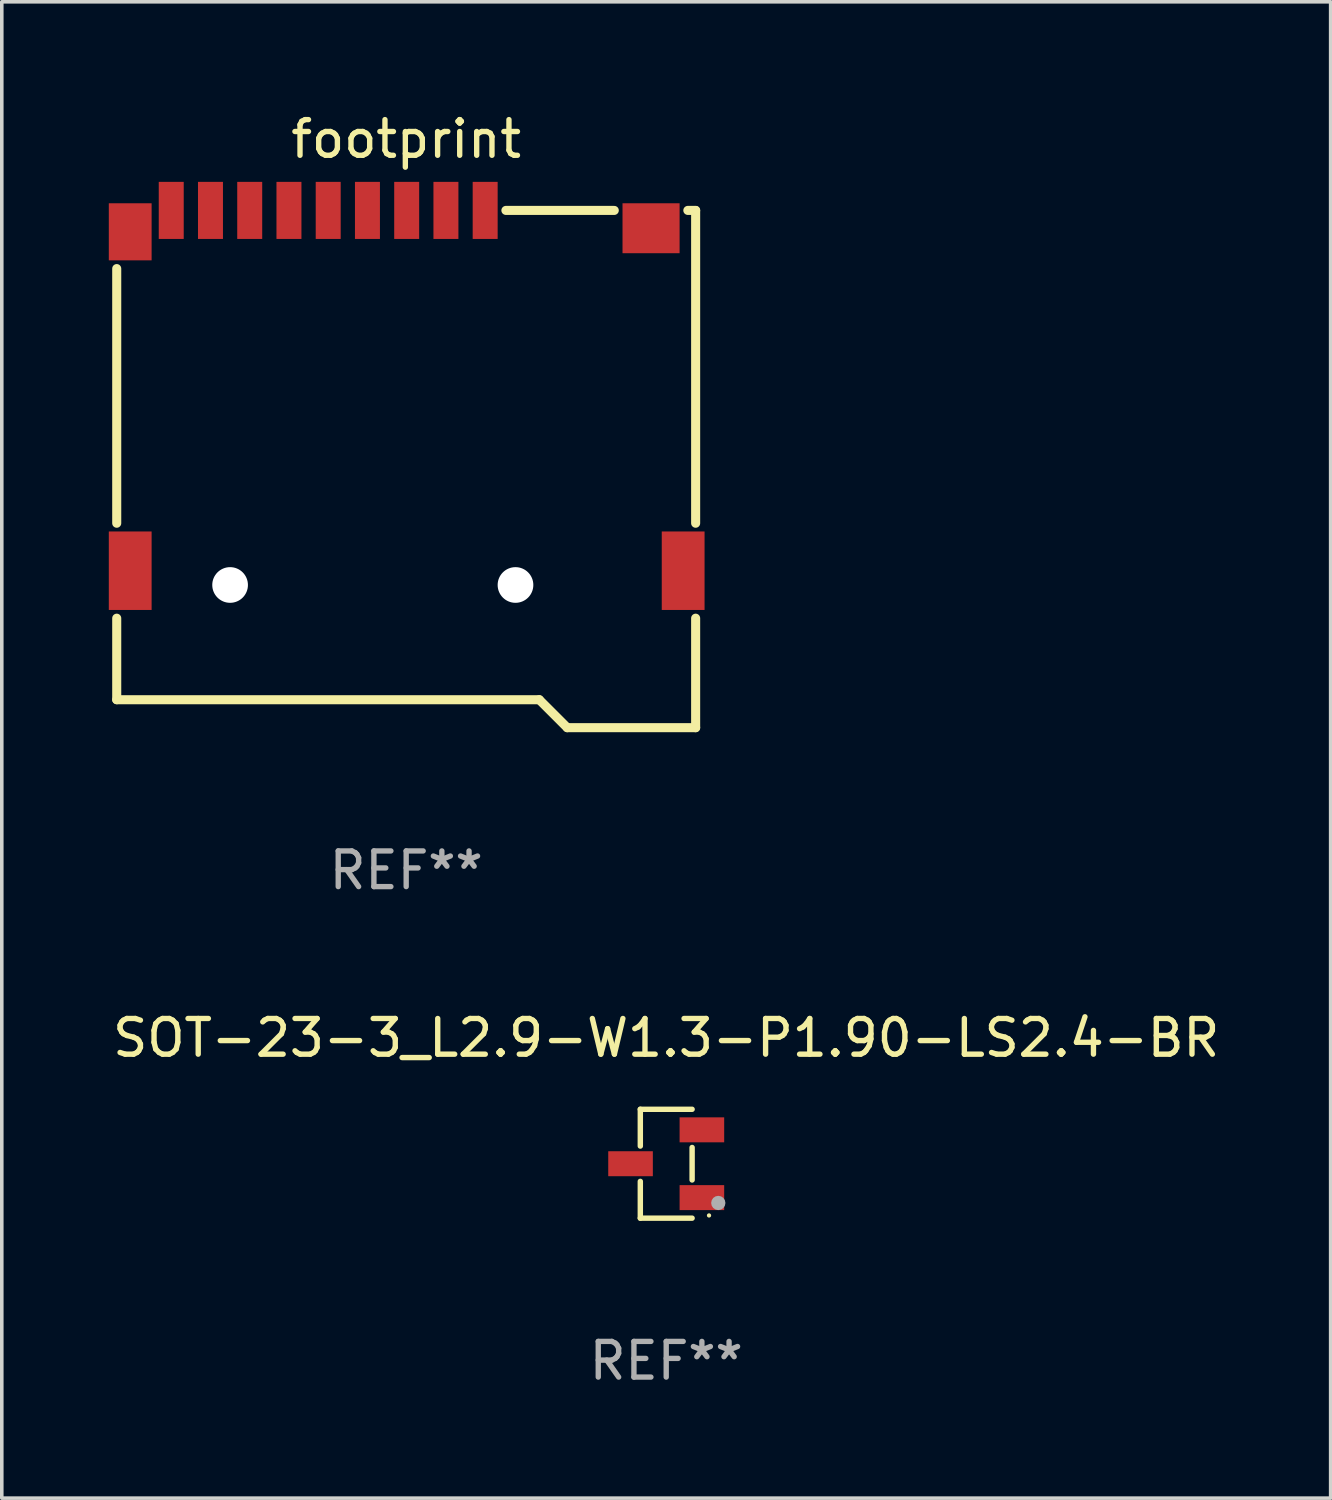
<source format=kicad_pcb>
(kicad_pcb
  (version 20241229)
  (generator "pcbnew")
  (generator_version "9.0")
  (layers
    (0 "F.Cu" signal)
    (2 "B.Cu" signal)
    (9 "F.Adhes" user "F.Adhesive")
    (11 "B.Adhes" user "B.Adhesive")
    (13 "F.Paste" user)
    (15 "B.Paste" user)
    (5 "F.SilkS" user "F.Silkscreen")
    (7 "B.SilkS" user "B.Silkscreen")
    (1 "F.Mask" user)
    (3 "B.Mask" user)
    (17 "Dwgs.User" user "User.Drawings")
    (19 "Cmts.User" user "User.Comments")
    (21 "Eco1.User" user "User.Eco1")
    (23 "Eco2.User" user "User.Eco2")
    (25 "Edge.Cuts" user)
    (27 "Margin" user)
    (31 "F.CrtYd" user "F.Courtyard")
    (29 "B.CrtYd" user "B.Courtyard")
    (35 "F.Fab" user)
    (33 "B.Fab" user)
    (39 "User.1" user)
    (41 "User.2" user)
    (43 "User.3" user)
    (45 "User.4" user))
  (footprint "SOT-23-3_L2.9-W1.3-P1.90-LS2.4-BR"
    (layer "F.Cu")
    (at 15.625 29.571)
    (property "Reference" "SOT-23-3_L2.9-W1.3-P1.90-LS2.4-BR" (at 0 -3.526 0) (layer "F.SilkS") (effects (font (size 1 1) (thickness 0.15))))
    (attr smd)
    (fp_line (start -0.726 -1.526) (end -0.726 -0.495) (stroke (width 0.152) (type solid)) (layer "F.SilkS"))
    (fp_line (start -0.726 1.526) (end -0.726 0.495) (stroke (width 0.152) (type solid)) (layer "F.SilkS"))
    (fp_line (start 0.726 -1.526) (end -0.726 -1.526) (stroke (width 0.152) (type solid)) (layer "F.SilkS"))
    (fp_line (start 0.726 -0.455) (end 0.726 0.455) (stroke (width 0.152) (type solid)) (layer "F.SilkS"))
    (fp_line (start 0.726 1.526) (end -0.726 1.526) (stroke (width 0.152) (type solid)) (layer "F.SilkS"))
    (fp_circle (center 1.2 1.45) (end 1.23 1.45) (stroke (width 0.06) (type solid)) (fill no) (layer "F.SilkS"))
    (fp_circle (center 1.46 1.1) (end 1.56 1.1) (stroke (width 0.2) (type solid)) (fill no) (layer "F.Fab"))
    (fp_text user "REF**" (at 0 5.526 0) (layer "F.Fab") (effects (font (size 1 1) (thickness 0.15))))
    (pad "1" smd rect (at 1 0.95) (size 1.25 0.7) (layers "F.Cu" "F.Mask" "F.Paste"))
    (pad "2" smd rect (at 1 -0.95) (size 1.25 0.7) (layers "F.Cu" "F.Mask" "F.Paste"))
    (pad "3" smd rect (at -1 0) (size 1.25 0.7) (layers "F.Cu" "F.Mask" "F.Paste")))
  (footprint "footprint"
    (layer "F.Cu")
    (at 8.35 7.898)
    (property "Reference" "footprint" (at -0.014 -7.05 0) (layer "F.SilkS") (effects (font (size 1 1) (thickness 0.15))))
    (attr smd)
    (fp_line (start -8.128 -3.419) (end -8.128 3.719) (stroke (width 0.254) (type solid)) (layer "F.SilkS"))
    (fp_line (start -8.128 6.381) (end -8.128 8.666) (stroke (width 0.254) (type solid)) (layer "F.SilkS"))
    (fp_line (start -8.128 8.666) (end 3.717 8.666) (stroke (width 0.254) (type solid)) (layer "F.SilkS"))
    (fp_line (start 3.717 8.666) (end 4.501 9.45) (stroke (width 0.254) (type solid)) (layer "F.SilkS"))
    (fp_line (start 4.501 9.45) (end 8.1 9.45) (stroke (width 0.254) (type solid)) (layer "F.SilkS"))
    (fp_line (start 5.819 -5.05) (end 2.781 -5.05) (stroke (width 0.254) (type solid)) (layer "F.SilkS"))
    (fp_line (start 8.1 -5.05) (end 7.881 -5.05) (stroke (width 0.254) (type solid)) (layer "F.SilkS"))
    (fp_line (start 8.1 3.719) (end 8.1 -5.05) (stroke (width 0.254) (type solid)) (layer "F.SilkS"))
    (fp_line (start 8.1 9.45) (end 8.1 6.381) (stroke (width 0.254) (type solid)) (layer "F.SilkS"))
    (fp_text user "REF**" (at -0.014 13.45 0) (layer "F.Fab") (effects (font (size 1 1) (thickness 0.15))))
    (pad "" np_thru_hole circle (at -4.95 5.45) (size 1 1) (drill 1) (layers "*.Cu" "*.Mask"))
    (pad "" np_thru_hole circle (at 3.05 5.45) (size 1 1) (drill 1) (layers "*.Cu" "*.Mask"))
    (pad "1" smd rect (at 2.2 -5.05) (size 0.7 1.6) (layers "F.Cu" "F.Mask" "F.Paste"))
    (pad "2" smd rect (at 1.1 -5.05) (size 0.7 1.6) (layers "F.Cu" "F.Mask" "F.Paste"))
    (pad "3" smd rect (at 0.000127 -5.05) (size 0.7 1.6) (layers "F.Cu" "F.Mask" "F.Paste"))
    (pad "4" smd rect (at -1.1 -5.05) (size 0.7 1.6) (layers "F.Cu" "F.Mask" "F.Paste"))
    (pad "5" smd rect (at -2.2 -5.05) (size 0.7 1.6) (layers "F.Cu" "F.Mask" "F.Paste"))
    (pad "6" smd rect (at -3.3 -5.05) (size 0.7 1.6) (layers "F.Cu" "F.Mask" "F.Paste"))
    (pad "7" smd rect (at -4.4 -5.05) (size 0.7 1.6) (layers "F.Cu" "F.Mask" "F.Paste"))
    (pad "8" smd rect (at -5.5 -5.05) (size 0.7 1.6) (layers "F.Cu" "F.Mask" "F.Paste"))
    (pad "9" smd rect (at -6.6 -5.05) (size 0.7 1.6) (layers "F.Cu" "F.Mask" "F.Paste"))
    (pad "10" smd rect (at -7.75 -4.45) (size 1.2 1.6) (layers "F.Cu" "F.Mask" "F.Paste"))
    (pad "10" smd rect (at -7.75 5.05 90) (size 2.2 1.2) (layers "F.Cu" "F.Mask" "F.Paste"))
    (pad "10" smd rect (at 6.85 -4.55) (size 1.6 1.4) (layers "F.Cu" "F.Mask" "F.Paste"))
    (pad "10" smd rect (at 7.75 5.05) (size 1.2 2.2) (layers "F.Cu" "F.Mask" "F.Paste")))
  (gr_rect
    (start -3 -3)
    (end 34.25 38.945)
    (stroke (width 0.1) (type default))
    (fill no)
    (layer "Edge.Cuts")))
</source>
